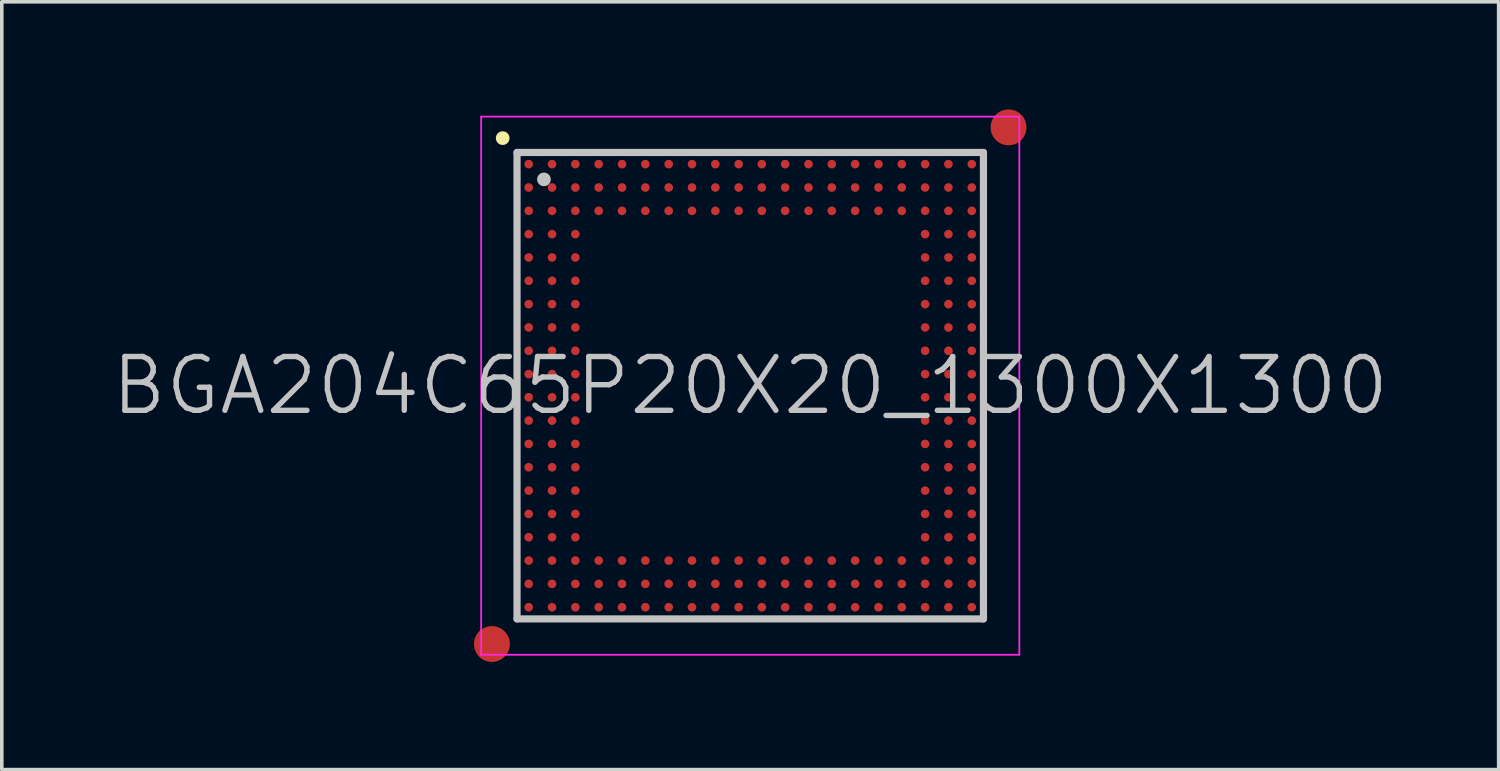
<source format=kicad_pcb>
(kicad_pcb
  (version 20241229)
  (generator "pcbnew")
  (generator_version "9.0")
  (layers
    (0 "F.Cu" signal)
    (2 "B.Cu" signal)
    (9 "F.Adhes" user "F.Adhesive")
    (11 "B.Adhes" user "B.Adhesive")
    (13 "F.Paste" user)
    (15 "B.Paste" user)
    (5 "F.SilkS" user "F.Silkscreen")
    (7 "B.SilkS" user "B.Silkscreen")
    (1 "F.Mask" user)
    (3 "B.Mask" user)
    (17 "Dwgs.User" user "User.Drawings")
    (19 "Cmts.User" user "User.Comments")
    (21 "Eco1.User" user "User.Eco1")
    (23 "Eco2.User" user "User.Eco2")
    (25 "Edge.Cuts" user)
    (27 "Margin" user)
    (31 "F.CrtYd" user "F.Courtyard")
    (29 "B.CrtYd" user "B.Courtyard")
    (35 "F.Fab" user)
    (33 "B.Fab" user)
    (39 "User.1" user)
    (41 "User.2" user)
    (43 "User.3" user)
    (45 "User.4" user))
  (footprint "BGA204C65P20X20_1300X1300"
    (layer "F.Cu")
    (at 17.861 7.7)
    (property "Reference" "BGA204C65P20X20_1300X1300" (at 0 0 0) (layer "Dwgs.User") (effects (font (size 1.5 1.5) (thickness 0.15))))
    (attr smd)
    (fp_line (start -6.9 -6.9) (end -6.9 -6.9) (stroke (width 0.381) (type solid)) (layer "F.SilkS"))
    (fp_line (start -6.5 -6.5) (end -6.5 6.5) (stroke (width 0.2) (type solid)) (layer "Dwgs.User"))
    (fp_line (start -6.5 -6.5) (end 6.5 -6.5) (stroke (width 0.2) (type solid)) (layer "Dwgs.User"))
    (fp_line (start -6.5 6.5) (end 6.5 6.5) (stroke (width 0.2) (type solid)) (layer "Dwgs.User"))
    (fp_line (start -5.75 -5.75) (end -5.75 -5.75) (stroke (width 0.381) (type solid)) (layer "Dwgs.User"))
    (fp_line (start 6.5 -6.5) (end 6.5 6.5) (stroke (width 0.2) (type solid)) (layer "Dwgs.User"))
    (fp_line (start -7.5 -7.5) (end -7.5 7.5) (stroke (width 0.05) (type solid)) (layer "F.CrtYd"))
    (fp_line (start -7.5 -7.5) (end 7.5 -7.5) (stroke (width 0.05) (type solid)) (layer "F.CrtYd"))
    (fp_line (start -7.5 7.5) (end 7.5 7.5) (stroke (width 0.05) (type solid)) (layer "F.CrtYd"))
    (fp_line (start 7.5 -7.5) (end 7.5 7.5) (stroke (width 0.05) (type solid)) (layer "F.CrtYd"))
    (pad "" smd circle (at -7.2 7.2) (size 1 1) (layers "F.Cu" "F.Mask"))
    (pad "" smd circle (at 7.2 -7.2) (size 1 1) (layers "F.Cu" "F.Mask"))
    (pad "A1" smd circle (at -6.175 -6.175 270) (size 0.24 0.24) (layers "F.Cu" "F.Mask" "F.Paste"))
    (pad "A2" smd circle (at -5.524 -6.175 270) (size 0.24 0.24) (layers "F.Cu" "F.Mask" "F.Paste"))
    (pad "A3" smd circle (at -4.874 -6.175 270) (size 0.24 0.24) (layers "F.Cu" "F.Mask" "F.Paste"))
    (pad "A4" smd circle (at -4.224 -6.175 270) (size 0.24 0.24) (layers "F.Cu" "F.Mask" "F.Paste"))
    (pad "A5" smd circle (at -3.574 -6.175 270) (size 0.24 0.24) (layers "F.Cu" "F.Mask" "F.Paste"))
    (pad "A6" smd circle (at -2.924 -6.175 270) (size 0.24 0.24) (layers "F.Cu" "F.Mask" "F.Paste"))
    (pad "A7" smd circle (at -2.273 -6.175 270) (size 0.24 0.24) (layers "F.Cu" "F.Mask" "F.Paste"))
    (pad "A8" smd circle (at -1.623 -6.175 270) (size 0.24 0.24) (layers "F.Cu" "F.Mask" "F.Paste"))
    (pad "A9" smd circle (at -0.973 -6.175 270) (size 0.24 0.24) (layers "F.Cu" "F.Mask" "F.Paste"))
    (pad "A10" smd circle (at -0.323 -6.175 270) (size 0.24 0.24) (layers "F.Cu" "F.Mask" "F.Paste"))
    (pad "A11" smd circle (at 0.323 -6.175 270) (size 0.24 0.24) (layers "F.Cu" "F.Mask" "F.Paste"))
    (pad "A12" smd circle (at 0.973 -6.175 270) (size 0.24 0.24) (layers "F.Cu" "F.Mask" "F.Paste"))
    (pad "A13" smd circle (at 1.623 -6.175 270) (size 0.24 0.24) (layers "F.Cu" "F.Mask" "F.Paste"))
    (pad "A14" smd circle (at 2.273 -6.175 270) (size 0.24 0.24) (layers "F.Cu" "F.Mask" "F.Paste"))
    (pad "A15" smd circle (at 2.924 -6.175 270) (size 0.24 0.24) (layers "F.Cu" "F.Mask" "F.Paste"))
    (pad "A16" smd circle (at 3.574 -6.175 270) (size 0.24 0.24) (layers "F.Cu" "F.Mask" "F.Paste"))
    (pad "A17" smd circle (at 4.224 -6.175 270) (size 0.24 0.24) (layers "F.Cu" "F.Mask" "F.Paste"))
    (pad "A18" smd circle (at 4.874 -6.175 270) (size 0.24 0.24) (layers "F.Cu" "F.Mask" "F.Paste"))
    (pad "A19" smd circle (at 5.524 -6.175 270) (size 0.24 0.24) (layers "F.Cu" "F.Mask" "F.Paste"))
    (pad "A20" smd circle (at 6.175 -6.175 270) (size 0.24 0.24) (layers "F.Cu" "F.Mask" "F.Paste"))
    (pad "B1" smd circle (at -6.175 -5.524 270) (size 0.24 0.24) (layers "F.Cu" "F.Mask" "F.Paste"))
    (pad "B2" smd circle (at -5.524 -5.524 270) (size 0.24 0.24) (layers "F.Cu" "F.Mask" "F.Paste"))
    (pad "B3" smd circle (at -4.874 -5.524 270) (size 0.24 0.24) (layers "F.Cu" "F.Mask" "F.Paste"))
    (pad "B4" smd circle (at -4.224 -5.524 270) (size 0.24 0.24) (layers "F.Cu" "F.Mask" "F.Paste"))
    (pad "B5" smd circle (at -3.574 -5.524 270) (size 0.24 0.24) (layers "F.Cu" "F.Mask" "F.Paste"))
    (pad "B6" smd circle (at -2.924 -5.524 270) (size 0.24 0.24) (layers "F.Cu" "F.Mask" "F.Paste"))
    (pad "B7" smd circle (at -2.273 -5.524 270) (size 0.24 0.24) (layers "F.Cu" "F.Mask" "F.Paste"))
    (pad "B8" smd circle (at -1.623 -5.524 270) (size 0.24 0.24) (layers "F.Cu" "F.Mask" "F.Paste"))
    (pad "B9" smd circle (at -0.973 -5.524 270) (size 0.24 0.24) (layers "F.Cu" "F.Mask" "F.Paste"))
    (pad "B10" smd circle (at -0.323 -5.524 270) (size 0.24 0.24) (layers "F.Cu" "F.Mask" "F.Paste"))
    (pad "B11" smd circle (at 0.323 -5.524 270) (size 0.24 0.24) (layers "F.Cu" "F.Mask" "F.Paste"))
    (pad "B12" smd circle (at 0.973 -5.524 270) (size 0.24 0.24) (layers "F.Cu" "F.Mask" "F.Paste"))
    (pad "B13" smd circle (at 1.623 -5.524 270) (size 0.24 0.24) (layers "F.Cu" "F.Mask" "F.Paste"))
    (pad "B14" smd circle (at 2.273 -5.524 270) (size 0.24 0.24) (layers "F.Cu" "F.Mask" "F.Paste"))
    (pad "B15" smd circle (at 2.924 -5.524 270) (size 0.24 0.24) (layers "F.Cu" "F.Mask" "F.Paste"))
    (pad "B16" smd circle (at 3.574 -5.524 270) (size 0.24 0.24) (layers "F.Cu" "F.Mask" "F.Paste"))
    (pad "B17" smd circle (at 4.224 -5.524 270) (size 0.24 0.24) (layers "F.Cu" "F.Mask" "F.Paste"))
    (pad "B18" smd circle (at 4.874 -5.524 270) (size 0.24 0.24) (layers "F.Cu" "F.Mask" "F.Paste"))
    (pad "B19" smd circle (at 5.524 -5.524 270) (size 0.24 0.24) (layers "F.Cu" "F.Mask" "F.Paste"))
    (pad "B20" smd circle (at 6.175 -5.524 270) (size 0.24 0.24) (layers "F.Cu" "F.Mask" "F.Paste"))
    (pad "C1" smd circle (at -6.175 -4.874 270) (size 0.24 0.24) (layers "F.Cu" "F.Mask" "F.Paste"))
    (pad "C2" smd circle (at -5.524 -4.874 270) (size 0.24 0.24) (layers "F.Cu" "F.Mask" "F.Paste"))
    (pad "C3" smd circle (at -4.874 -4.874 270) (size 0.24 0.24) (layers "F.Cu" "F.Mask" "F.Paste"))
    (pad "C4" smd circle (at -4.224 -4.874 270) (size 0.24 0.24) (layers "F.Cu" "F.Mask" "F.Paste"))
    (pad "C5" smd circle (at -3.574 -4.874 270) (size 0.24 0.24) (layers "F.Cu" "F.Mask" "F.Paste"))
    (pad "C6" smd circle (at -2.924 -4.874 270) (size 0.24 0.24) (layers "F.Cu" "F.Mask" "F.Paste"))
    (pad "C7" smd circle (at -2.273 -4.874 270) (size 0.24 0.24) (layers "F.Cu" "F.Mask" "F.Paste"))
    (pad "C8" smd circle (at -1.623 -4.874 270) (size 0.24 0.24) (layers "F.Cu" "F.Mask" "F.Paste"))
    (pad "C9" smd circle (at -0.973 -4.874 270) (size 0.24 0.24) (layers "F.Cu" "F.Mask" "F.Paste"))
    (pad "C10" smd circle (at -0.323 -4.874 270) (size 0.24 0.24) (layers "F.Cu" "F.Mask" "F.Paste"))
    (pad "C11" smd circle (at 0.323 -4.874 270) (size 0.24 0.24) (layers "F.Cu" "F.Mask" "F.Paste"))
    (pad "C12" smd circle (at 0.973 -4.874 270) (size 0.24 0.24) (layers "F.Cu" "F.Mask" "F.Paste"))
    (pad "C13" smd circle (at 1.623 -4.874 270) (size 0.24 0.24) (layers "F.Cu" "F.Mask" "F.Paste"))
    (pad "C14" smd circle (at 2.273 -4.874 270) (size 0.24 0.24) (layers "F.Cu" "F.Mask" "F.Paste"))
    (pad "C15" smd circle (at 2.924 -4.874 270) (size 0.24 0.24) (layers "F.Cu" "F.Mask" "F.Paste"))
    (pad "C16" smd circle (at 3.574 -4.874 270) (size 0.24 0.24) (layers "F.Cu" "F.Mask" "F.Paste"))
    (pad "C17" smd circle (at 4.224 -4.874 270) (size 0.24 0.24) (layers "F.Cu" "F.Mask" "F.Paste"))
    (pad "C18" smd circle (at 4.874 -4.874 270) (size 0.24 0.24) (layers "F.Cu" "F.Mask" "F.Paste"))
    (pad "C19" smd circle (at 5.524 -4.874 270) (size 0.24 0.24) (layers "F.Cu" "F.Mask" "F.Paste"))
    (pad "C20" smd circle (at 6.175 -4.874 270) (size 0.24 0.24) (layers "F.Cu" "F.Mask" "F.Paste"))
    (pad "D1" smd circle (at -6.175 -4.224 270) (size 0.24 0.24) (layers "F.Cu" "F.Mask" "F.Paste"))
    (pad "D2" smd circle (at -5.524 -4.224 270) (size 0.24 0.24) (layers "F.Cu" "F.Mask" "F.Paste"))
    (pad "D3" smd circle (at -4.874 -4.224 270) (size 0.24 0.24) (layers "F.Cu" "F.Mask" "F.Paste"))
    (pad "D18" smd circle (at 4.874 -4.224 270) (size 0.24 0.24) (layers "F.Cu" "F.Mask" "F.Paste"))
    (pad "D19" smd circle (at 5.524 -4.224 270) (size 0.24 0.24) (layers "F.Cu" "F.Mask" "F.Paste"))
    (pad "D20" smd circle (at 6.175 -4.224 270) (size 0.24 0.24) (layers "F.Cu" "F.Mask" "F.Paste"))
    (pad "E1" smd circle (at -6.175 -3.574 270) (size 0.24 0.24) (layers "F.Cu" "F.Mask" "F.Paste"))
    (pad "E2" smd circle (at -5.524 -3.574 270) (size 0.24 0.24) (layers "F.Cu" "F.Mask" "F.Paste"))
    (pad "E3" smd circle (at -4.874 -3.574 270) (size 0.24 0.24) (layers "F.Cu" "F.Mask" "F.Paste"))
    (pad "E18" smd circle (at 4.874 -3.574 270) (size 0.24 0.24) (layers "F.Cu" "F.Mask" "F.Paste"))
    (pad "E19" smd circle (at 5.524 -3.574 270) (size 0.24 0.24) (layers "F.Cu" "F.Mask" "F.Paste"))
    (pad "E20" smd circle (at 6.175 -3.574 270) (size 0.24 0.24) (layers "F.Cu" "F.Mask" "F.Paste"))
    (pad "F1" smd circle (at -6.175 -2.924 270) (size 0.24 0.24) (layers "F.Cu" "F.Mask" "F.Paste"))
    (pad "F2" smd circle (at -5.524 -2.924 270) (size 0.24 0.24) (layers "F.Cu" "F.Mask" "F.Paste"))
    (pad "F3" smd circle (at -4.874 -2.924 270) (size 0.24 0.24) (layers "F.Cu" "F.Mask" "F.Paste"))
    (pad "F18" smd circle (at 4.874 -2.924 270) (size 0.24 0.24) (layers "F.Cu" "F.Mask" "F.Paste"))
    (pad "F19" smd circle (at 5.524 -2.924 270) (size 0.24 0.24) (layers "F.Cu" "F.Mask" "F.Paste"))
    (pad "F20" smd circle (at 6.175 -2.924 270) (size 0.24 0.24) (layers "F.Cu" "F.Mask" "F.Paste"))
    (pad "G1" smd circle (at -6.175 -2.273 270) (size 0.24 0.24) (layers "F.Cu" "F.Mask" "F.Paste"))
    (pad "G2" smd circle (at -5.524 -2.273 270) (size 0.24 0.24) (layers "F.Cu" "F.Mask" "F.Paste"))
    (pad "G3" smd circle (at -4.874 -2.273 270) (size 0.24 0.24) (layers "F.Cu" "F.Mask" "F.Paste"))
    (pad "G18" smd circle (at 4.874 -2.273 270) (size 0.24 0.24) (layers "F.Cu" "F.Mask" "F.Paste"))
    (pad "G19" smd circle (at 5.524 -2.273 270) (size 0.24 0.24) (layers "F.Cu" "F.Mask" "F.Paste"))
    (pad "G20" smd circle (at 6.175 -2.273 270) (size 0.24 0.24) (layers "F.Cu" "F.Mask" "F.Paste"))
    (pad "H1" smd circle (at -6.175 -1.623 270) (size 0.24 0.24) (layers "F.Cu" "F.Mask" "F.Paste"))
    (pad "H2" smd circle (at -5.524 -1.623 270) (size 0.24 0.24) (layers "F.Cu" "F.Mask" "F.Paste"))
    (pad "H3" smd circle (at -4.874 -1.623 270) (size 0.24 0.24) (layers "F.Cu" "F.Mask" "F.Paste"))
    (pad "H18" smd circle (at 4.874 -1.623 270) (size 0.24 0.24) (layers "F.Cu" "F.Mask" "F.Paste"))
    (pad "H19" smd circle (at 5.524 -1.623 270) (size 0.24 0.24) (layers "F.Cu" "F.Mask" "F.Paste"))
    (pad "H20" smd circle (at 6.175 -1.623 270) (size 0.24 0.24) (layers "F.Cu" "F.Mask" "F.Paste"))
    (pad "J1" smd circle (at -6.175 -0.973 270) (size 0.24 0.24) (layers "F.Cu" "F.Mask" "F.Paste"))
    (pad "J2" smd circle (at -5.524 -0.973 270) (size 0.24 0.24) (layers "F.Cu" "F.Mask" "F.Paste"))
    (pad "J3" smd circle (at -4.874 -0.973 270) (size 0.24 0.24) (layers "F.Cu" "F.Mask" "F.Paste"))
    (pad "J18" smd circle (at 4.874 -0.973 270) (size 0.24 0.24) (layers "F.Cu" "F.Mask" "F.Paste"))
    (pad "J19" smd circle (at 5.524 -0.973 270) (size 0.24 0.24) (layers "F.Cu" "F.Mask" "F.Paste"))
    (pad "J20" smd circle (at 6.175 -0.973 270) (size 0.24 0.24) (layers "F.Cu" "F.Mask" "F.Paste"))
    (pad "K1" smd circle (at -6.175 -0.323 270) (size 0.24 0.24) (layers "F.Cu" "F.Mask" "F.Paste"))
    (pad "K2" smd circle (at -5.524 -0.323 270) (size 0.24 0.24) (layers "F.Cu" "F.Mask" "F.Paste"))
    (pad "K3" smd circle (at -4.874 -0.323 270) (size 0.24 0.24) (layers "F.Cu" "F.Mask" "F.Paste"))
    (pad "K18" smd circle (at 4.874 -0.323 270) (size 0.24 0.24) (layers "F.Cu" "F.Mask" "F.Paste"))
    (pad "K19" smd circle (at 5.524 -0.323 270) (size 0.24 0.24) (layers "F.Cu" "F.Mask" "F.Paste"))
    (pad "K20" smd circle (at 6.175 -0.323 270) (size 0.24 0.24) (layers "F.Cu" "F.Mask" "F.Paste"))
    (pad "L1" smd circle (at -6.175 0.323 270) (size 0.24 0.24) (layers "F.Cu" "F.Mask" "F.Paste"))
    (pad "L2" smd circle (at -5.524 0.323 270) (size 0.24 0.24) (layers "F.Cu" "F.Mask" "F.Paste"))
    (pad "L3" smd circle (at -4.874 0.323 270) (size 0.24 0.24) (layers "F.Cu" "F.Mask" "F.Paste"))
    (pad "L18" smd circle (at 4.874 0.323 270) (size 0.24 0.24) (layers "F.Cu" "F.Mask" "F.Paste"))
    (pad "L19" smd circle (at 5.524 0.323 270) (size 0.24 0.24) (layers "F.Cu" "F.Mask" "F.Paste"))
    (pad "L20" smd circle (at 6.175 0.323 270) (size 0.24 0.24) (layers "F.Cu" "F.Mask" "F.Paste"))
    (pad "M1" smd circle (at -6.175 0.973 270) (size 0.24 0.24) (layers "F.Cu" "F.Mask" "F.Paste"))
    (pad "M2" smd circle (at -5.524 0.973 270) (size 0.24 0.24) (layers "F.Cu" "F.Mask" "F.Paste"))
    (pad "M3" smd circle (at -4.874 0.973 270) (size 0.24 0.24) (layers "F.Cu" "F.Mask" "F.Paste"))
    (pad "M18" smd circle (at 4.874 0.973 270) (size 0.24 0.24) (layers "F.Cu" "F.Mask" "F.Paste"))
    (pad "M19" smd circle (at 5.524 0.973 270) (size 0.24 0.24) (layers "F.Cu" "F.Mask" "F.Paste"))
    (pad "M20" smd circle (at 6.175 0.973 270) (size 0.24 0.24) (layers "F.Cu" "F.Mask" "F.Paste"))
    (pad "N1" smd circle (at -6.175 1.623 270) (size 0.24 0.24) (layers "F.Cu" "F.Mask" "F.Paste"))
    (pad "N2" smd circle (at -5.524 1.623 270) (size 0.24 0.24) (layers "F.Cu" "F.Mask" "F.Paste"))
    (pad "N3" smd circle (at -4.874 1.623 270) (size 0.24 0.24) (layers "F.Cu" "F.Mask" "F.Paste"))
    (pad "N18" smd circle (at 4.874 1.623 270) (size 0.24 0.24) (layers "F.Cu" "F.Mask" "F.Paste"))
    (pad "N19" smd circle (at 5.524 1.623 270) (size 0.24 0.24) (layers "F.Cu" "F.Mask" "F.Paste"))
    (pad "N20" smd circle (at 6.175 1.623 270) (size 0.24 0.24) (layers "F.Cu" "F.Mask" "F.Paste"))
    (pad "P1" smd circle (at -6.175 2.273 270) (size 0.24 0.24) (layers "F.Cu" "F.Mask" "F.Paste"))
    (pad "P2" smd circle (at -5.524 2.273 270) (size 0.24 0.24) (layers "F.Cu" "F.Mask" "F.Paste"))
    (pad "P3" smd circle (at -4.874 2.273 270) (size 0.24 0.24) (layers "F.Cu" "F.Mask" "F.Paste"))
    (pad "P18" smd circle (at 4.874 2.273 270) (size 0.24 0.24) (layers "F.Cu" "F.Mask" "F.Paste"))
    (pad "P19" smd circle (at 5.524 2.273 270) (size 0.24 0.24) (layers "F.Cu" "F.Mask" "F.Paste"))
    (pad "P20" smd circle (at 6.175 2.273 270) (size 0.24 0.24) (layers "F.Cu" "F.Mask" "F.Paste"))
    (pad "R1" smd circle (at -6.175 2.924 270) (size 0.24 0.24) (layers "F.Cu" "F.Mask" "F.Paste"))
    (pad "R2" smd circle (at -5.524 2.924 270) (size 0.24 0.24) (layers "F.Cu" "F.Mask" "F.Paste"))
    (pad "R3" smd circle (at -4.874 2.924 270) (size 0.24 0.24) (layers "F.Cu" "F.Mask" "F.Paste"))
    (pad "R18" smd circle (at 4.874 2.924 270) (size 0.24 0.24) (layers "F.Cu" "F.Mask" "F.Paste"))
    (pad "R19" smd circle (at 5.524 2.924 270) (size 0.24 0.24) (layers "F.Cu" "F.Mask" "F.Paste"))
    (pad "R20" smd circle (at 6.175 2.924 270) (size 0.24 0.24) (layers "F.Cu" "F.Mask" "F.Paste"))
    (pad "T1" smd circle (at -6.175 3.574 270) (size 0.24 0.24) (layers "F.Cu" "F.Mask" "F.Paste"))
    (pad "T2" smd circle (at -5.524 3.574 270) (size 0.24 0.24) (layers "F.Cu" "F.Mask" "F.Paste"))
    (pad "T3" smd circle (at -4.874 3.574 270) (size 0.24 0.24) (layers "F.Cu" "F.Mask" "F.Paste"))
    (pad "T18" smd circle (at 4.874 3.574 270) (size 0.24 0.24) (layers "F.Cu" "F.Mask" "F.Paste"))
    (pad "T19" smd circle (at 5.524 3.574 270) (size 0.24 0.24) (layers "F.Cu" "F.Mask" "F.Paste"))
    (pad "T20" smd circle (at 6.175 3.574 270) (size 0.24 0.24) (layers "F.Cu" "F.Mask" "F.Paste"))
    (pad "U1" smd circle (at -6.175 4.224 270) (size 0.24 0.24) (layers "F.Cu" "F.Mask" "F.Paste"))
    (pad "U2" smd circle (at -5.524 4.224 270) (size 0.24 0.24) (layers "F.Cu" "F.Mask" "F.Paste"))
    (pad "U3" smd circle (at -4.874 4.224 270) (size 0.24 0.24) (layers "F.Cu" "F.Mask" "F.Paste"))
    (pad "U18" smd circle (at 4.874 4.224 270) (size 0.24 0.24) (layers "F.Cu" "F.Mask" "F.Paste"))
    (pad "U19" smd circle (at 5.524 4.224 270) (size 0.24 0.24) (layers "F.Cu" "F.Mask" "F.Paste"))
    (pad "U20" smd circle (at 6.175 4.224 270) (size 0.24 0.24) (layers "F.Cu" "F.Mask" "F.Paste"))
    (pad "V1" smd circle (at -6.175 4.874 270) (size 0.24 0.24) (layers "F.Cu" "F.Mask" "F.Paste"))
    (pad "V2" smd circle (at -5.524 4.874 270) (size 0.24 0.24) (layers "F.Cu" "F.Mask" "F.Paste"))
    (pad "V3" smd circle (at -4.874 4.874 270) (size 0.24 0.24) (layers "F.Cu" "F.Mask" "F.Paste"))
    (pad "V4" smd circle (at -4.224 4.874 270) (size 0.24 0.24) (layers "F.Cu" "F.Mask" "F.Paste"))
    (pad "V5" smd circle (at -3.574 4.874 270) (size 0.24 0.24) (layers "F.Cu" "F.Mask" "F.Paste"))
    (pad "V6" smd circle (at -2.924 4.874 270) (size 0.24 0.24) (layers "F.Cu" "F.Mask" "F.Paste"))
    (pad "V7" smd circle (at -2.273 4.874 270) (size 0.24 0.24) (layers "F.Cu" "F.Mask" "F.Paste"))
    (pad "V8" smd circle (at -1.623 4.874 270) (size 0.24 0.24) (layers "F.Cu" "F.Mask" "F.Paste"))
    (pad "V9" smd circle (at -0.973 4.874 270) (size 0.24 0.24) (layers "F.Cu" "F.Mask" "F.Paste"))
    (pad "V10" smd circle (at -0.323 4.874 270) (size 0.24 0.24) (layers "F.Cu" "F.Mask" "F.Paste"))
    (pad "V11" smd circle (at 0.323 4.874 270) (size 0.24 0.24) (layers "F.Cu" "F.Mask" "F.Paste"))
    (pad "V12" smd circle (at 0.973 4.874 270) (size 0.24 0.24) (layers "F.Cu" "F.Mask" "F.Paste"))
    (pad "V13" smd circle (at 1.623 4.874 270) (size 0.24 0.24) (layers "F.Cu" "F.Mask" "F.Paste"))
    (pad "V14" smd circle (at 2.273 4.874 270) (size 0.24 0.24) (layers "F.Cu" "F.Mask" "F.Paste"))
    (pad "V15" smd circle (at 2.924 4.874 270) (size 0.24 0.24) (layers "F.Cu" "F.Mask" "F.Paste"))
    (pad "V16" smd circle (at 3.574 4.874 270) (size 0.24 0.24) (layers "F.Cu" "F.Mask" "F.Paste"))
    (pad "V17" smd circle (at 4.224 4.874 270) (size 0.24 0.24) (layers "F.Cu" "F.Mask" "F.Paste"))
    (pad "V18" smd circle (at 4.874 4.874 270) (size 0.24 0.24) (layers "F.Cu" "F.Mask" "F.Paste"))
    (pad "V19" smd circle (at 5.524 4.874 270) (size 0.24 0.24) (layers "F.Cu" "F.Mask" "F.Paste"))
    (pad "V20" smd circle (at 6.175 4.874 270) (size 0.24 0.24) (layers "F.Cu" "F.Mask" "F.Paste"))
    (pad "W1" smd circle (at -6.175 5.524 270) (size 0.24 0.24) (layers "F.Cu" "F.Mask" "F.Paste"))
    (pad "W2" smd circle (at -5.524 5.524 270) (size 0.24 0.24) (layers "F.Cu" "F.Mask" "F.Paste"))
    (pad "W3" smd circle (at -4.874 5.524 270) (size 0.24 0.24) (layers "F.Cu" "F.Mask" "F.Paste"))
    (pad "W4" smd circle (at -4.224 5.524 270) (size 0.24 0.24) (layers "F.Cu" "F.Mask" "F.Paste"))
    (pad "W5" smd circle (at -3.574 5.524 270) (size 0.24 0.24) (layers "F.Cu" "F.Mask" "F.Paste"))
    (pad "W6" smd circle (at -2.924 5.524 270) (size 0.24 0.24) (layers "F.Cu" "F.Mask" "F.Paste"))
    (pad "W7" smd circle (at -2.273 5.524 270) (size 0.24 0.24) (layers "F.Cu" "F.Mask" "F.Paste"))
    (pad "W8" smd circle (at -1.623 5.524 270) (size 0.24 0.24) (layers "F.Cu" "F.Mask" "F.Paste"))
    (pad "W9" smd circle (at -0.973 5.524 270) (size 0.24 0.24) (layers "F.Cu" "F.Mask" "F.Paste"))
    (pad "W10" smd circle (at -0.323 5.524 270) (size 0.24 0.24) (layers "F.Cu" "F.Mask" "F.Paste"))
    (pad "W11" smd circle (at 0.323 5.524 270) (size 0.24 0.24) (layers "F.Cu" "F.Mask" "F.Paste"))
    (pad "W12" smd circle (at 0.973 5.524 270) (size 0.24 0.24) (layers "F.Cu" "F.Mask" "F.Paste"))
    (pad "W13" smd circle (at 1.623 5.524 270) (size 0.24 0.24) (layers "F.Cu" "F.Mask" "F.Paste"))
    (pad "W14" smd circle (at 2.273 5.524 270) (size 0.24 0.24) (layers "F.Cu" "F.Mask" "F.Paste"))
    (pad "W15" smd circle (at 2.924 5.524 270) (size 0.24 0.24) (layers "F.Cu" "F.Mask" "F.Paste"))
    (pad "W16" smd circle (at 3.574 5.524 270) (size 0.24 0.24) (layers "F.Cu" "F.Mask" "F.Paste"))
    (pad "W17" smd circle (at 4.224 5.524 270) (size 0.24 0.24) (layers "F.Cu" "F.Mask" "F.Paste"))
    (pad "W18" smd circle (at 4.874 5.524 270) (size 0.24 0.24) (layers "F.Cu" "F.Mask" "F.Paste"))
    (pad "W19" smd circle (at 5.524 5.524 270) (size 0.24 0.24) (layers "F.Cu" "F.Mask" "F.Paste"))
    (pad "W20" smd circle (at 6.175 5.524 270) (size 0.24 0.24) (layers "F.Cu" "F.Mask" "F.Paste"))
    (pad "Y1" smd circle (at -6.175 6.175 270) (size 0.24 0.24) (layers "F.Cu" "F.Mask" "F.Paste"))
    (pad "Y2" smd circle (at -5.524 6.175 270) (size 0.24 0.24) (layers "F.Cu" "F.Mask" "F.Paste"))
    (pad "Y3" smd circle (at -4.874 6.175 270) (size 0.24 0.24) (layers "F.Cu" "F.Mask" "F.Paste"))
    (pad "Y4" smd circle (at -4.224 6.175 270) (size 0.24 0.24) (layers "F.Cu" "F.Mask" "F.Paste"))
    (pad "Y5" smd circle (at -3.574 6.175 270) (size 0.24 0.24) (layers "F.Cu" "F.Mask" "F.Paste"))
    (pad "Y6" smd circle (at -2.924 6.175 270) (size 0.24 0.24) (layers "F.Cu" "F.Mask" "F.Paste"))
    (pad "Y7" smd circle (at -2.273 6.175 270) (size 0.24 0.24) (layers "F.Cu" "F.Mask" "F.Paste"))
    (pad "Y8" smd circle (at -1.623 6.175 270) (size 0.24 0.24) (layers "F.Cu" "F.Mask" "F.Paste"))
    (pad "Y9" smd circle (at -0.973 6.175 270) (size 0.24 0.24) (layers "F.Cu" "F.Mask" "F.Paste"))
    (pad "Y10" smd circle (at -0.323 6.175 270) (size 0.24 0.24) (layers "F.Cu" "F.Mask" "F.Paste"))
    (pad "Y11" smd circle (at 0.323 6.175 270) (size 0.24 0.24) (layers "F.Cu" "F.Mask" "F.Paste"))
    (pad "Y12" smd circle (at 0.973 6.175 270) (size 0.24 0.24) (layers "F.Cu" "F.Mask" "F.Paste"))
    (pad "Y13" smd circle (at 1.623 6.175 270) (size 0.24 0.24) (layers "F.Cu" "F.Mask" "F.Paste"))
    (pad "Y14" smd circle (at 2.273 6.175 270) (size 0.24 0.24) (layers "F.Cu" "F.Mask" "F.Paste"))
    (pad "Y15" smd circle (at 2.924 6.175 270) (size 0.24 0.24) (layers "F.Cu" "F.Mask" "F.Paste"))
    (pad "Y16" smd circle (at 3.574 6.175 270) (size 0.24 0.24) (layers "F.Cu" "F.Mask" "F.Paste"))
    (pad "Y17" smd circle (at 4.224 6.175 270) (size 0.24 0.24) (layers "F.Cu" "F.Mask" "F.Paste"))
    (pad "Y18" smd circle (at 4.874 6.175 270) (size 0.24 0.24) (layers "F.Cu" "F.Mask" "F.Paste"))
    (pad "Y19" smd circle (at 5.524 6.175 270) (size 0.24 0.24) (layers "F.Cu" "F.Mask" "F.Paste"))
    (pad "Y20" smd circle (at 6.175 6.175 270) (size 0.24 0.24) (layers "F.Cu" "F.Mask" "F.Paste")))
  (gr_rect
    (start -3 -3)
    (end 38.721 18.4)
    (stroke (width 0.1) (type default))
    (fill no)
    (layer "Edge.Cuts")))
</source>
